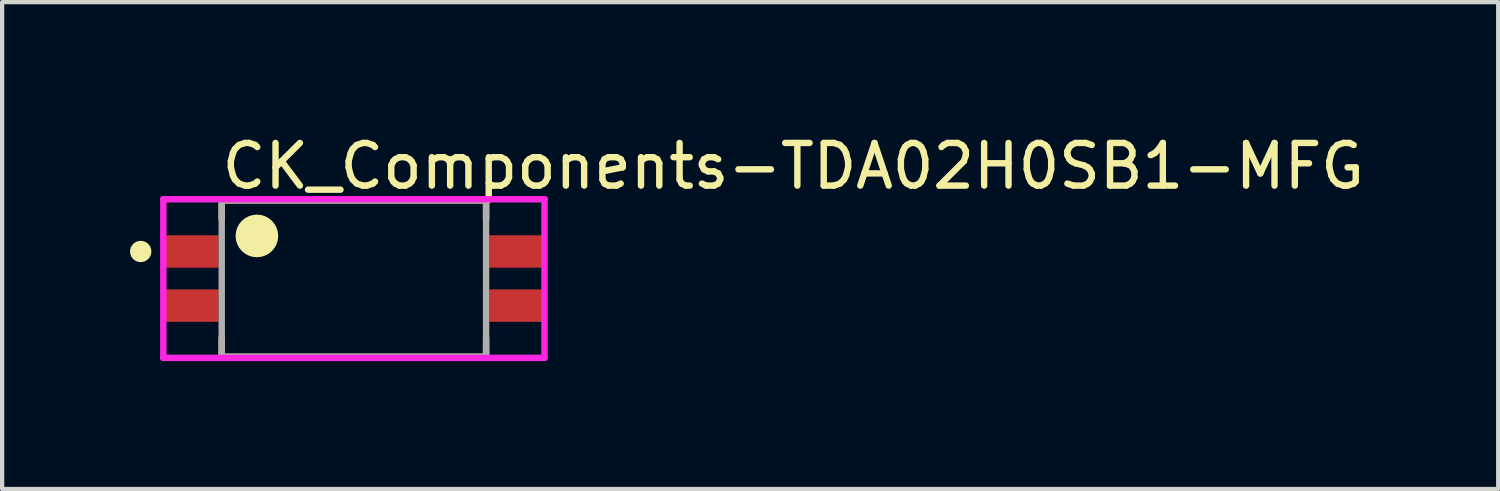
<source format=kicad_pcb>
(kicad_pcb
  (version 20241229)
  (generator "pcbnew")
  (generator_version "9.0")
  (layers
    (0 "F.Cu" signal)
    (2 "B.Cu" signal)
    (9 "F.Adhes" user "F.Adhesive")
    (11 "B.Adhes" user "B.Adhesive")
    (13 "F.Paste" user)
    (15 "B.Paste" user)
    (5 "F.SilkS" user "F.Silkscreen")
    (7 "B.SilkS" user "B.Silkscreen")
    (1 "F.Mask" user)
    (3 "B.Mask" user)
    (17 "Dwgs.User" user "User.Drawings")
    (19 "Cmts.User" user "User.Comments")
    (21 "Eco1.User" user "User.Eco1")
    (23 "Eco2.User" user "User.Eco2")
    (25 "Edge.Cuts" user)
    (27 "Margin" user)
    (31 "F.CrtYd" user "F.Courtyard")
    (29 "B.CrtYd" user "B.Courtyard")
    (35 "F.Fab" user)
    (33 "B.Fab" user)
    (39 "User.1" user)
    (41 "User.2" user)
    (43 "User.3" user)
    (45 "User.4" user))
  (footprint "CK_Components-TDA02H0SB1-MFG"
    (layer "F.Cu")
    (at 5.25 3.483)
    (property "Reference" "CK_Components-TDA02H0SB1-MFG" (at -3.175 -2.635 0) (layer "F.SilkS") (effects (font (size 1 1) (thickness 0.15)) (justify left)))
    (attr through_hole)
    (fp_line (start -3.1 -1.835) (end 3.1 -1.835) (stroke (width 0.15) (type solid)) (layer "F.SilkS"))
    (fp_line (start -3.1 -1.39) (end -3.1 -1.835) (stroke (width 0.15) (type solid)) (layer "F.SilkS"))
    (fp_line (start -3.1 1.835) (end -3.1 1.39) (stroke (width 0.15) (type solid)) (layer "F.SilkS"))
    (fp_line (start -3.1 1.835) (end 3.1 1.835) (stroke (width 0.15) (type solid)) (layer "F.SilkS"))
    (fp_line (start 3.1 -1.39) (end 3.1 -1.835) (stroke (width 0.15) (type solid)) (layer "F.SilkS"))
    (fp_line (start 3.1 1.835) (end 3.1 1.39) (stroke (width 0.15) (type solid)) (layer "F.SilkS"))
    (fp_circle (center -5 -0.635) (end -4.875 -0.635) (stroke (width 0.25) (type solid)) (fill no) (layer "F.SilkS"))
    (fp_circle (center -2.275 -1) (end -2.025 -1) (stroke (width 0.5) (type solid)) (fill no) (layer "F.SilkS"))
    (fp_line (start -4.47 -1.86) (end -4.47 1.86) (stroke (width 0.15) (type solid)) (layer "F.CrtYd"))
    (fp_line (start -4.47 1.86) (end 4.47 1.86) (stroke (width 0.15) (type solid)) (layer "F.CrtYd"))
    (fp_line (start 4.47 -1.86) (end -4.47 -1.86) (stroke (width 0.15) (type solid)) (layer "F.CrtYd"))
    (fp_line (start 4.47 -1.86) (end 4.47 -1.86) (stroke (width 0.15) (type solid)) (layer "F.CrtYd"))
    (fp_line (start 4.47 1.86) (end 4.47 -1.86) (stroke (width 0.15) (type solid)) (layer "F.CrtYd"))
    (fp_line (start -3.1 -1.835) (end 3.1 -1.835) (stroke (width 0.15) (type solid)) (layer "F.Fab"))
    (fp_line (start -3.1 1.835) (end -3.1 -1.835) (stroke (width 0.15) (type solid)) (layer "F.Fab"))
    (fp_line (start 3.1 -1.835) (end 3.1 1.835) (stroke (width 0.15) (type solid)) (layer "F.Fab"))
    (fp_line (start 3.1 1.835) (end -3.1 1.835) (stroke (width 0.15) (type solid)) (layer "F.Fab"))
    (pad "1" smd rect (at -3.81 -0.635) (size 1.27 0.76) (layers "F.Cu" "F.Mask" "F.Paste"))
    (pad "2" smd rect (at -3.81 0.635) (size 1.27 0.76) (layers "F.Cu" "F.Mask" "F.Paste"))
    (pad "3" smd rect (at 3.81 0.635) (size 1.27 0.76) (layers "F.Cu" "F.Mask" "F.Paste"))
    (pad "4" smd rect (at 3.81 -0.635) (size 1.27 0.76) (layers "F.Cu" "F.Mask" "F.Paste")))
  (gr_rect
    (start -3 -3)
    (end 32.087 8.418)
    (stroke (width 0.1) (type default))
    (fill no)
    (layer "Edge.Cuts")))
</source>
